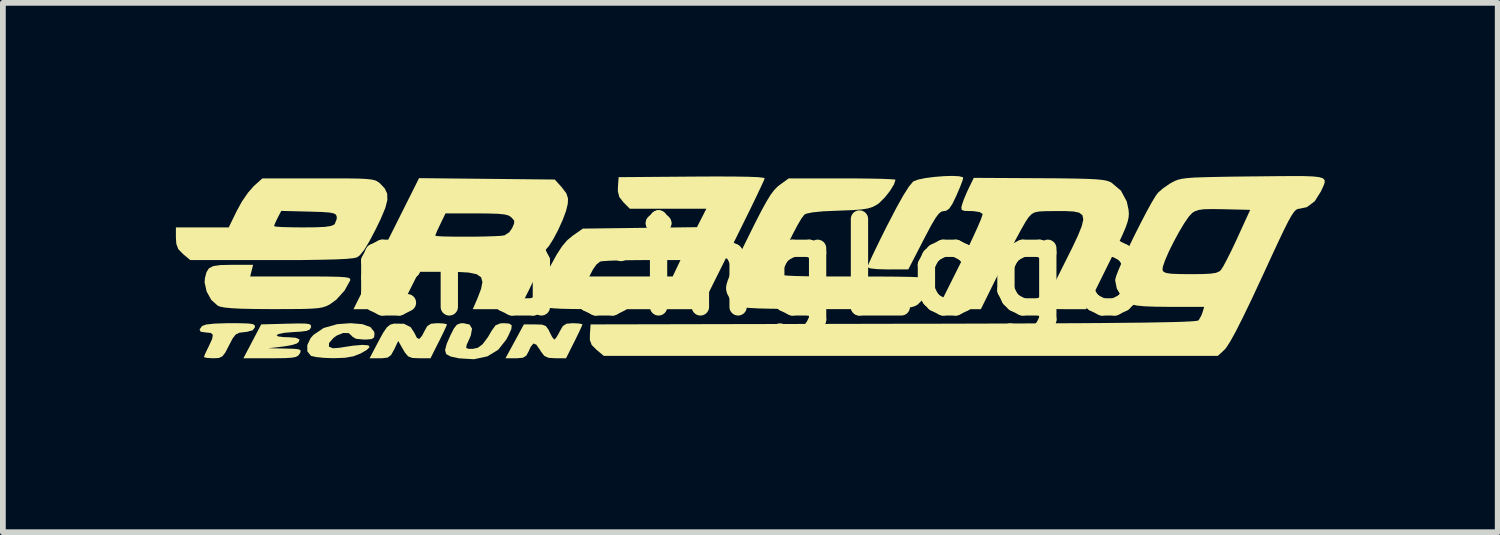
<source format=kicad_pcb>
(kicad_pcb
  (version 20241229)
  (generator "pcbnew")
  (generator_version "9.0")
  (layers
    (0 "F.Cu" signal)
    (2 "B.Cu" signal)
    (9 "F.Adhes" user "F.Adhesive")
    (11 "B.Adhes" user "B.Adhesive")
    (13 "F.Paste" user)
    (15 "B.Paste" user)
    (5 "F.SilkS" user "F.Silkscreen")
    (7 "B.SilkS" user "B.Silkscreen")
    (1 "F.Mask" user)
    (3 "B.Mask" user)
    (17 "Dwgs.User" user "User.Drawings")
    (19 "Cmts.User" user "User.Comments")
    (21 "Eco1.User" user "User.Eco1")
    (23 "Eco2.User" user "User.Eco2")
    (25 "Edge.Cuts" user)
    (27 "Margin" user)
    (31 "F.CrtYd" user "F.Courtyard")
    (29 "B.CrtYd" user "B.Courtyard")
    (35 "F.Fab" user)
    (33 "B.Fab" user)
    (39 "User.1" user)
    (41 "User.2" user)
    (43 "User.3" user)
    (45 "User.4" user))
  (footprint "eracingLogo"
    (layer "F.Cu")
    (at 9.966 1.582)
    (property "Reference" "eracingLogo" (at 0 0 0) (layer "F.SilkS") (effects (font (size 1.524 1.524) (thickness 0.3))))
    (attr board_only exclude_from_pos_files exclude_from_bom)
    (fp_poly (pts (xy -4.185 0.979) (xy -4.143 1.009) (xy -4.15 1.075) (xy -4.202 1.19) (xy -4.239 1.258) (xy -4.377 1.433) (xy -4.565 1.547) (xy -4.796 1.597) (xy -5.064 1.581) (xy -5.065 1.58) (xy -5.202 1.55) (xy -5.279 1.508) (xy -5.299 1.439) (xy -5.27 1.329) (xy -5.207 1.185) (xy -5.145 1.063) (xy -5.094 0.999) (xy -5.034 0.975) (xy -4.983 0.972) (xy -4.875 0.995) (xy -4.831 1.066) (xy -4.852 1.184) (xy -4.876 1.241) (xy -4.924 1.347) (xy -4.933 1.399) (xy -4.897 1.416) (xy -4.824 1.418) (xy -4.731 1.399) (xy -4.647 1.336) (xy -4.557 1.216) (xy -4.488 1.098) (xy -4.423 1.009) (xy -4.339 0.975) (xy -4.276 0.972)) (stroke (width 0) (type solid)) (fill yes) (layer "F.SilkS"))
    (fp_poly (pts (xy -8.829 0.973) (xy -8.702 0.978) (xy -8.63 0.989) (xy -8.599 1.009) (xy -8.595 1.038) (xy -8.596 1.043) (xy -8.634 1.095) (xy -8.733 1.122) (xy -8.773 1.126) (xy -8.868 1.138) (xy -8.93 1.169) (xy -8.983 1.238) (xy -9.046 1.359) (xy -9.109 1.481) (xy -9.16 1.547) (xy -9.219 1.575) (xy -9.307 1.58) (xy -9.317 1.58) (xy -9.419 1.575) (xy -9.475 1.563) (xy -9.479 1.558) (xy -9.463 1.512) (xy -9.42 1.421) (xy -9.398 1.377) (xy -9.339 1.249) (xy -9.325 1.176) (xy -9.358 1.142) (xy -9.439 1.134) (xy -9.535 1.121) (xy -9.556 1.081) (xy -9.512 1.021) (xy -9.442 0.995) (xy -9.295 0.979) (xy -9.074 0.972) (xy -9.023 0.972)) (stroke (width 0) (type solid)) (fill yes) (layer "F.SilkS"))
    (fp_poly (pts (xy -5.327 0.977) (xy -5.271 0.989) (xy -5.266 0.994) (xy -5.283 1.037) (xy -5.328 1.134) (xy -5.392 1.265) (xy -5.409 1.297) (xy -5.551 1.58) (xy -5.745 1.58) (xy -5.866 1.575) (xy -5.939 1.547) (xy -5.995 1.481) (xy -6.025 1.43) (xy -6.111 1.28) (xy -6.182 1.43) (xy -6.235 1.524) (xy -6.293 1.568) (xy -6.39 1.58) (xy -6.43 1.58) (xy -6.607 1.58) (xy -6.453 1.286) (xy -6.371 1.136) (xy -6.308 1.045) (xy -6.251 0.998) (xy -6.187 0.98) (xy -6.183 0.979) (xy -6.012 0.982) (xy -5.896 1.04) (xy -5.834 1.134) (xy -5.787 1.226) (xy -5.746 1.246) (xy -5.698 1.19) (xy -5.659 1.114) (xy -5.606 1.021) (xy -5.541 0.981) (xy -5.432 0.972) (xy -5.429 0.972)) (stroke (width 0) (type solid)) (fill yes) (layer "F.SilkS"))
    (fp_poly (pts (xy -8.678 0.162) (xy -7.798 0.162) (xy -7.51 0.162) (xy -7.293 0.164) (xy -7.137 0.168) (xy -7.034 0.175) (xy -6.974 0.185) (xy -6.946 0.2) (xy -6.942 0.22) (xy -6.945 0.233) (xy -7.042 0.407) (xy -7.184 0.564) (xy -7.297 0.646) (xy -7.352 0.674) (xy -7.413 0.695) (xy -7.491 0.71) (xy -7.599 0.719) (xy -7.749 0.725) (xy -7.954 0.727) (xy -8.224 0.728) (xy -8.29 0.728) (xy -8.596 0.726) (xy -8.831 0.721) (xy -9.004 0.712) (xy -9.126 0.7) (xy -9.206 0.683) (xy -9.241 0.668) (xy -9.352 0.569) (xy -9.433 0.423) (xy -9.468 0.266) (xy -9.463 0.192) (xy -9.436 0.088) (xy -9.393 0.02) (xy -9.318 -0.018) (xy -9.196 -0.036) (xy -9.011 -0.04) (xy -8.988 -0.041) (xy -8.627 -0.041)) (stroke (width 0) (type solid)) (fill yes) (layer "F.SilkS"))
    (fp_poly (pts (xy -2.978 0.977) (xy -2.921 0.989) (xy -2.917 0.994) (xy -2.934 1.037) (xy -2.979 1.134) (xy -3.043 1.265) (xy -3.059 1.297) (xy -3.201 1.58) (xy -3.384 1.58) (xy -3.503 1.573) (xy -3.576 1.541) (xy -3.635 1.466) (xy -3.651 1.438) (xy -3.717 1.344) (xy -3.766 1.324) (xy -3.814 1.382) (xy -3.848 1.458) (xy -3.89 1.535) (xy -3.948 1.571) (xy -4.052 1.58) (xy -4.075 1.58) (xy -4.251 1.58) (xy -4.091 1.286) (xy -3.932 0.993) (xy -3.738 0.993) (xy -3.618 0.997) (xy -3.551 1.022) (xy -3.507 1.081) (xy -3.487 1.124) (xy -3.442 1.211) (xy -3.407 1.255) (xy -3.403 1.256) (xy -3.371 1.223) (xy -3.323 1.141) (xy -3.31 1.114) (xy -3.256 1.021) (xy -3.192 0.981) (xy -3.083 0.972) (xy -3.079 0.972)) (stroke (width 0) (type solid)) (fill yes) (layer "F.SilkS"))
    (fp_poly (pts (xy 3.612 -1.576) (xy 3.678 -1.56) (xy 3.686 -1.548) (xy 3.671 -1.493) (xy 3.63 -1.386) (xy 3.572 -1.251) (xy 3.567 -1.239) (xy 3.498 -1.096) (xy 3.443 -1.014) (xy 3.391 -0.978) (xy 3.351 -0.972) (xy 3.307 -0.963) (xy 3.262 -0.927) (xy 3.208 -0.855) (xy 3.137 -0.736) (xy 3.042 -0.558) (xy 2.995 -0.467) (xy 2.734 0.039) (xy 2.38 0.04) (xy 2.196 0.035) (xy 2.075 0.022) (xy 2.026 0.001) (xy 2.026 -0.002) (xy 2.043 -0.05) (xy 2.092 -0.159) (xy 2.166 -0.315) (xy 2.26 -0.507) (xy 2.368 -0.724) (xy 2.373 -0.732) (xy 2.524 -1.023) (xy 2.649 -1.247) (xy 2.747 -1.4) (xy 2.816 -1.482) (xy 2.824 -1.488) (xy 2.903 -1.518) (xy 3.029 -1.544) (xy 3.183 -1.564) (xy 3.345 -1.577) (xy 3.494 -1.582)) (stroke (width 0) (type solid)) (fill yes) (layer "F.SilkS"))
    (fp_poly (pts (xy -7.729 0.978) (xy -7.658 0.987) (xy -7.626 1.005) (xy -7.622 1.034) (xy -7.623 1.042) (xy -7.644 1.081) (xy -7.698 1.105) (xy -7.804 1.119) (xy -7.93 1.126) (xy -8.085 1.139) (xy -8.184 1.159) (xy -8.221 1.182) (xy -8.192 1.202) (xy -8.09 1.214) (xy -8.021 1.215) (xy -7.887 1.225) (xy -7.823 1.253) (xy -7.835 1.297) (xy -7.869 1.324) (xy -7.936 1.346) (xy -8.053 1.369) (xy -8.143 1.381) (xy -8.365 1.406) (xy -8.07 1.412) (xy -7.919 1.416) (xy -7.835 1.425) (xy -7.803 1.444) (xy -7.807 1.477) (xy -7.819 1.499) (xy -7.844 1.534) (xy -7.886 1.557) (xy -7.959 1.571) (xy -8.078 1.578) (xy -8.259 1.58) (xy -8.328 1.58) (xy -8.795 1.58) (xy -8.641 1.286) (xy -8.487 0.993) (xy -8.048 0.981) (xy -7.855 0.977)) (stroke (width 0) (type solid)) (fill yes) (layer "F.SilkS"))
    (fp_poly (pts (xy -6.732 0.989) (xy -6.594 1.039) (xy -6.528 1.12) (xy -6.522 1.161) (xy -6.531 1.22) (xy -6.571 1.247) (xy -6.663 1.256) (xy -6.706 1.256) (xy -6.842 1.243) (xy -6.908 1.204) (xy -6.913 1.195) (xy -6.969 1.144) (xy -7.065 1.142) (xy -7.178 1.187) (xy -7.235 1.229) (xy -7.311 1.317) (xy -7.312 1.379) (xy -7.243 1.407) (xy -7.135 1.399) (xy -6.896 1.362) (xy -6.728 1.348) (xy -6.63 1.356) (xy -6.606 1.386) (xy -6.658 1.437) (xy -6.764 1.498) (xy -6.887 1.546) (xy -7.034 1.572) (xy -7.233 1.579) (xy -7.24 1.579) (xy -7.4 1.573) (xy -7.535 1.559) (xy -7.619 1.54) (xy -7.626 1.536) (xy -7.687 1.46) (xy -7.688 1.353) (xy -7.632 1.233) (xy -7.582 1.176) (xy -7.406 1.056) (xy -7.169 0.989) (xy -6.939 0.972)) (stroke (width 0) (type solid)) (fill yes) (layer "F.SilkS"))
    (fp_poly (pts (xy -0.293 -1.571) (xy -0.042 -1.567) (xy 0.131 -1.56) (xy 0.225 -1.549) (xy 0.243 -1.54) (xy 0.226 -1.495) (xy 0.176 -1.387) (xy 0.099 -1.224) (xy -0.001 -1.017) (xy -0.121 -0.774) (xy -0.254 -0.504) (xy -0.314 -0.385) (xy -0.87 0.729) (xy -2.211 0.729) (xy -2.578 0.729) (xy -2.872 0.728) (xy -3.102 0.726) (xy -3.277 0.722) (xy -3.404 0.715) (xy -3.493 0.707) (xy -3.552 0.695) (xy -3.59 0.679) (xy -3.615 0.66) (xy -3.619 0.655) (xy -3.666 0.584) (xy -3.679 0.498) (xy -3.658 0.386) (xy -3.598 0.233) (xy -3.563 0.162) (xy -2.797 0.162) (xy -1.352 0.162) (xy -1.217 -0.122) (xy -1.881 -0.122) (xy -2.109 -0.12) (xy -2.311 -0.116) (xy -2.473 -0.11) (xy -2.579 -0.102) (xy -2.611 -0.096) (xy -2.675 -0.044) (xy -2.737 0.045) (xy -2.737 0.045) (xy -2.797 0.162) (xy -3.563 0.162) (xy -3.497 0.028) (xy -3.473 -0.018) (xy -3.362 -0.22) (xy -3.268 -0.364) (xy -3.18 -0.467) (xy -3.086 -0.545) (xy -2.91 -0.668) (xy -0.931 -0.693) (xy -0.768 -1.013) (xy -2.095 -1.013) (xy -2.204 -1.122) (xy -2.278 -1.216) (xy -2.303 -1.319) (xy -2.301 -1.395) (xy -2.289 -1.56) (xy -1.023 -1.57) (xy -0.62 -1.572)) (stroke (width 0) (type solid)) (fill yes) (layer "F.SilkS"))
    (fp_poly (pts (xy -4.573 -1.531) (xy -3.396 -1.519) (xy -3.273 -1.382) (xy -3.195 -1.279) (xy -3.166 -1.188) (xy -3.171 -1.098) (xy -3.202 -0.971) (xy -3.261 -0.814) (xy -3.337 -0.646) (xy -3.42 -0.489) (xy -3.5 -0.363) (xy -3.567 -0.287) (xy -3.582 -0.278) (xy -3.648 -0.224) (xy -3.656 -0.132) (xy -3.655 -0.125) (xy -3.666 -0.022) (xy -3.723 0.139) (xy -3.825 0.358) (xy -4.011 0.729) (xy -4.818 0.729) (xy -4.738 0.544) (xy -4.675 0.379) (xy -4.651 0.259) (xy -4.674 0.175) (xy -4.751 0.123) (xy -4.89 0.094) (xy -5.099 0.082) (xy -5.254 0.081) (xy -5.752 0.081) (xy -5.915 0.405) (xy -6.077 0.729) (xy -6.887 0.729) (xy -6.319 -0.407) (xy -6.249 -0.546) (xy -5.469 -0.546) (xy -5.431 -0.538) (xy -5.33 -0.532) (xy -5.182 -0.529) (xy -5.004 -0.528) (xy -4.813 -0.528) (xy -4.627 -0.531) (xy -4.463 -0.536) (xy -4.338 -0.542) (xy -4.269 -0.551) (xy -4.269 -0.551) (xy -4.187 -0.604) (xy -4.137 -0.674) (xy -4.101 -0.758) (xy -4.1 -0.805) (xy -4.138 -0.851) (xy -4.155 -0.868) (xy -4.197 -0.895) (xy -4.269 -0.914) (xy -4.383 -0.925) (xy -4.554 -0.93) (xy -4.755 -0.932) (xy -5.291 -0.932) (xy -5.38 -0.748) (xy -5.431 -0.64) (xy -5.463 -0.564) (xy -5.469 -0.546) (xy -6.249 -0.546) (xy -5.75 -1.543)) (stroke (width 0) (type solid)) (fill yes) (layer "F.SilkS"))
    (fp_poly (pts (xy -7.191 -1.539) (xy -6.957 -1.538) (xy -6.782 -1.535) (xy -6.656 -1.528) (xy -6.569 -1.518) (xy -6.51 -1.504) (xy -6.468 -1.483) (xy -6.433 -1.457) (xy -6.423 -1.448) (xy -6.344 -1.364) (xy -6.302 -1.274) (xy -6.299 -1.166) (xy -6.335 -1.025) (xy -6.413 -0.839) (xy -6.497 -0.665) (xy -6.611 -0.448) (xy -6.702 -0.297) (xy -6.776 -0.206) (xy -6.826 -0.169) (xy -6.889 -0.155) (xy -7.011 -0.143) (xy -7.195 -0.134) (xy -7.446 -0.128) (xy -7.769 -0.123) (xy -8.167 -0.122) (xy -8.324 -0.122) (xy -9.716 -0.122) (xy -9.841 -0.226) (xy -9.924 -0.311) (xy -9.959 -0.404) (xy -9.966 -0.51) (xy -9.966 -0.689) (xy -9.049 -0.689) (xy -9.039 -0.711) (xy -8.264 -0.711) (xy -8.226 -0.702) (xy -8.123 -0.695) (xy -7.969 -0.691) (xy -7.78 -0.689) (xy -7.763 -0.689) (xy -7.538 -0.691) (xy -7.382 -0.698) (xy -7.282 -0.713) (xy -7.226 -0.735) (xy -7.212 -0.747) (xy -7.177 -0.835) (xy -7.178 -0.879) (xy -7.192 -0.911) (xy -7.23 -0.932) (xy -7.306 -0.947) (xy -7.432 -0.956) (xy -7.624 -0.962) (xy -7.665 -0.963) (xy -8.139 -0.975) (xy -8.202 -0.854) (xy -8.244 -0.766) (xy -8.264 -0.713) (xy -8.264 -0.711) (xy -9.039 -0.711) (xy -8.91 -0.976) (xy -8.821 -1.138) (xy -8.717 -1.289) (xy -8.622 -1.398) (xy -8.619 -1.402) (xy -8.466 -1.539) (xy -7.497 -1.539)) (stroke (width 0) (type solid)) (fill yes) (layer "F.SilkS"))
    (fp_poly (pts (xy 5.002 -1.542) (xy 5.342 -1.54) (xy 5.61 -1.536) (xy 5.817 -1.531) (xy 5.972 -1.524) (xy 6.083 -1.514) (xy 6.163 -1.501) (xy 6.218 -1.484) (xy 6.254 -1.467) (xy 6.421 -1.326) (xy 6.522 -1.138) (xy 6.553 -0.994) (xy 6.558 -0.926) (xy 6.553 -0.859) (xy 6.535 -0.781) (xy 6.5 -0.681) (xy 6.442 -0.547) (xy 6.358 -0.369) (xy 6.243 -0.133) (xy 6.195 -0.037) (xy 5.817 0.729) (xy 5.44 0.729) (xy 5.277 0.727) (xy 5.149 0.722) (xy 5.075 0.714) (xy 5.064 0.709) (xy 5.081 0.668) (xy 5.129 0.566) (xy 5.203 0.413) (xy 5.297 0.222) (xy 5.406 0.004) (xy 5.432 -0.048) (xy 5.573 -0.33) (xy 5.676 -0.548) (xy 5.741 -0.71) (xy 5.768 -0.825) (xy 5.753 -0.9) (xy 5.698 -0.944) (xy 5.6 -0.965) (xy 5.458 -0.972) (xy 5.311 -0.972) (xy 5.127 -0.971) (xy 5.005 -0.965) (xy 4.927 -0.95) (xy 4.875 -0.922) (xy 4.83 -0.876) (xy 4.814 -0.857) (xy 4.767 -0.786) (xy 4.692 -0.655) (xy 4.596 -0.478) (xy 4.487 -0.267) (xy 4.371 -0.037) (xy 4.356 -0.007) (xy 3.992 0.729) (xy 3.24 0.729) (xy 3.64 -0.071) (xy 3.755 -0.306) (xy 3.856 -0.519) (xy 3.937 -0.697) (xy 3.994 -0.831) (xy 4.02 -0.908) (xy 4.022 -0.922) (xy 3.971 -0.955) (xy 3.86 -0.971) (xy 3.82 -0.972) (xy 3.709 -0.975) (xy 3.66 -0.992) (xy 3.654 -1.036) (xy 3.663 -1.075) (xy 3.696 -1.173) (xy 3.751 -1.303) (xy 3.779 -1.363) (xy 3.869 -1.548)) (stroke (width 0) (type solid)) (fill yes) (layer "F.SilkS"))
    (fp_poly (pts (xy 1.85 -1.538) (xy 2.085 -1.535) (xy 2.279 -1.531) (xy 2.421 -1.525) (xy 2.5 -1.519) (xy 2.512 -1.515) (xy 2.485 -1.434) (xy 2.417 -1.323) (xy 2.327 -1.209) (xy 2.233 -1.115) (xy 2.19 -1.083) (xy 2.119 -1.045) (xy 2.038 -1.019) (xy 1.93 -1.001) (xy 1.777 -0.989) (xy 1.563 -0.981) (xy 1.52 -0.979) (xy 1.259 -0.968) (xy 1.075 -0.95) (xy 0.965 -0.927) (xy 0.932 -0.91) (xy 0.881 -0.844) (xy 0.812 -0.727) (xy 0.732 -0.575) (xy 0.649 -0.406) (xy 0.572 -0.237) (xy 0.509 -0.086) (xy 0.468 0.03) (xy 0.458 0.094) (xy 0.458 0.096) (xy 0.472 0.114) (xy 0.503 0.129) (xy 0.56 0.14) (xy 0.65 0.148) (xy 0.783 0.154) (xy 0.965 0.158) (xy 1.205 0.161) (xy 1.512 0.162) (xy 1.822 0.162) (xy 2.21 0.163) (xy 2.523 0.165) (xy 2.766 0.169) (xy 2.946 0.176) (xy 3.067 0.184) (xy 3.137 0.196) (xy 3.16 0.209) (xy 3.16 0.21) (xy 3.134 0.313) (xy 3.068 0.442) (xy 2.982 0.565) (xy 2.894 0.651) (xy 2.881 0.659) (xy 2.843 0.678) (xy 2.793 0.693) (xy 2.722 0.704) (xy 2.623 0.713) (xy 2.486 0.72) (xy 2.304 0.724) (xy 2.067 0.727) (xy 1.769 0.728) (xy 1.399 0.728) (xy 1.31 0.728) (xy 0.914 0.727) (xy 0.591 0.724) (xy 0.334 0.721) (xy 0.134 0.716) (xy -0.016 0.708) (xy -0.123 0.698) (xy -0.197 0.686) (xy -0.243 0.671) (xy -0.25 0.667) (xy -0.343 0.581) (xy -0.407 0.461) (xy -0.421 0.411) (xy -0.427 0.361) (xy -0.419 0.302) (xy -0.394 0.222) (xy -0.349 0.111) (xy -0.278 -0.041) (xy -0.18 -0.245) (xy -0.055 -0.498) (xy 0.081 -0.772) (xy 0.189 -0.982) (xy 0.276 -1.14) (xy 0.346 -1.254) (xy 0.407 -1.335) (xy 0.464 -1.394) (xy 0.502 -1.424) (xy 0.66 -1.539) (xy 1.586 -1.539)) (stroke (width 0) (type solid)) (fill yes) (layer "F.SilkS"))
    (fp_poly (pts (xy 9.584 -1.579) (xy 9.745 -1.573) (xy 9.855 -1.561) (xy 9.922 -1.541) (xy 9.952 -1.511) (xy 9.954 -1.469) (xy 9.935 -1.414) (xy 9.903 -1.344) (xy 9.888 -1.312) (xy 9.78 -1.141) (xy 9.645 -1.04) (xy 9.517 -1.013) (xy 9.486 -1.009) (xy 9.455 -0.992) (xy 9.42 -0.955) (xy 9.377 -0.891) (xy 9.321 -0.791) (xy 9.249 -0.648) (xy 9.157 -0.455) (xy 9.04 -0.204) (xy 8.894 0.113) (xy 8.876 0.152) (xy 8.692 0.547) (xy 8.537 0.868) (xy 8.412 1.116) (xy 8.314 1.293) (xy 8.244 1.401) (xy 8.22 1.428) (xy 8.101 1.539) (xy -2.546 1.539) (xy -2.673 1.433) (xy -2.756 1.35) (xy -2.788 1.265) (xy -2.787 1.159) (xy -2.775 0.993) (xy 2.476 0.982) (xy 3.267 0.981) (xy 3.981 0.979) (xy 4.62 0.977) (xy 5.189 0.974) (xy 5.69 0.972) (xy 6.128 0.969) (xy 6.505 0.965) (xy 6.826 0.962) (xy 7.093 0.957) (xy 7.31 0.953) (xy 7.481 0.948) (xy 7.609 0.942) (xy 7.697 0.936) (xy 7.749 0.929) (xy 7.768 0.921) (xy 7.813 0.843) (xy 7.837 0.78) (xy 7.864 0.689) (xy 7.272 0.689) (xy 7.014 0.686) (xy 6.824 0.679) (xy 6.69 0.665) (xy 6.598 0.643) (xy 6.561 0.627) (xy 6.435 0.521) (xy 6.348 0.37) (xy 6.32 0.224) (xy 6.338 0.154) (xy 6.377 0.054) (xy 7.142 0.054) (xy 7.164 0.084) (xy 7.213 0.103) (xy 7.302 0.115) (xy 7.446 0.12) (xy 7.629 0.122) (xy 7.836 0.12) (xy 7.977 0.113) (xy 8.068 0.099) (xy 8.125 0.075) (xy 8.153 0.051) (xy 8.194 -0.012) (xy 8.258 -0.132) (xy 8.339 -0.293) (xy 8.427 -0.479) (xy 8.439 -0.506) (xy 8.662 -0.993) (xy 8.211 -1.004) (xy 8.005 -1.007) (xy 7.863 -1.004) (xy 7.767 -0.991) (xy 7.7 -0.967) (xy 7.658 -0.941) (xy 7.596 -0.874) (xy 7.515 -0.756) (xy 7.425 -0.604) (xy 7.334 -0.436) (xy 7.251 -0.269) (xy 7.186 -0.119) (xy 7.147 -0.005) (xy 7.142 0.054) (xy 6.377 0.054) (xy 6.388 0.027) (xy 6.462 -0.142) (xy 6.553 -0.34) (xy 6.655 -0.55) (xy 6.761 -0.76) (xy 6.862 -0.954) (xy 6.952 -1.118) (xy 7.024 -1.237) (xy 7.063 -1.29) (xy 7.155 -1.37) (xy 7.277 -1.453) (xy 7.312 -1.472) (xy 7.361 -1.497) (xy 7.414 -1.517) (xy 7.48 -1.532) (xy 7.569 -1.544) (xy 7.689 -1.553) (xy 7.852 -1.559) (xy 8.065 -1.564) (xy 8.34 -1.569) (xy 8.686 -1.573) (xy 8.72 -1.573) (xy 9.079 -1.577) (xy 9.364 -1.579)) (stroke (width 0) (type solid)) (fill yes) (layer "F.SilkS")))
  (gr_rect
    (start -3 -3)
    (end 22.92 6.179)
    (stroke (width 0.1) (type default))
    (fill no)
    (layer "Edge.Cuts")))
</source>
